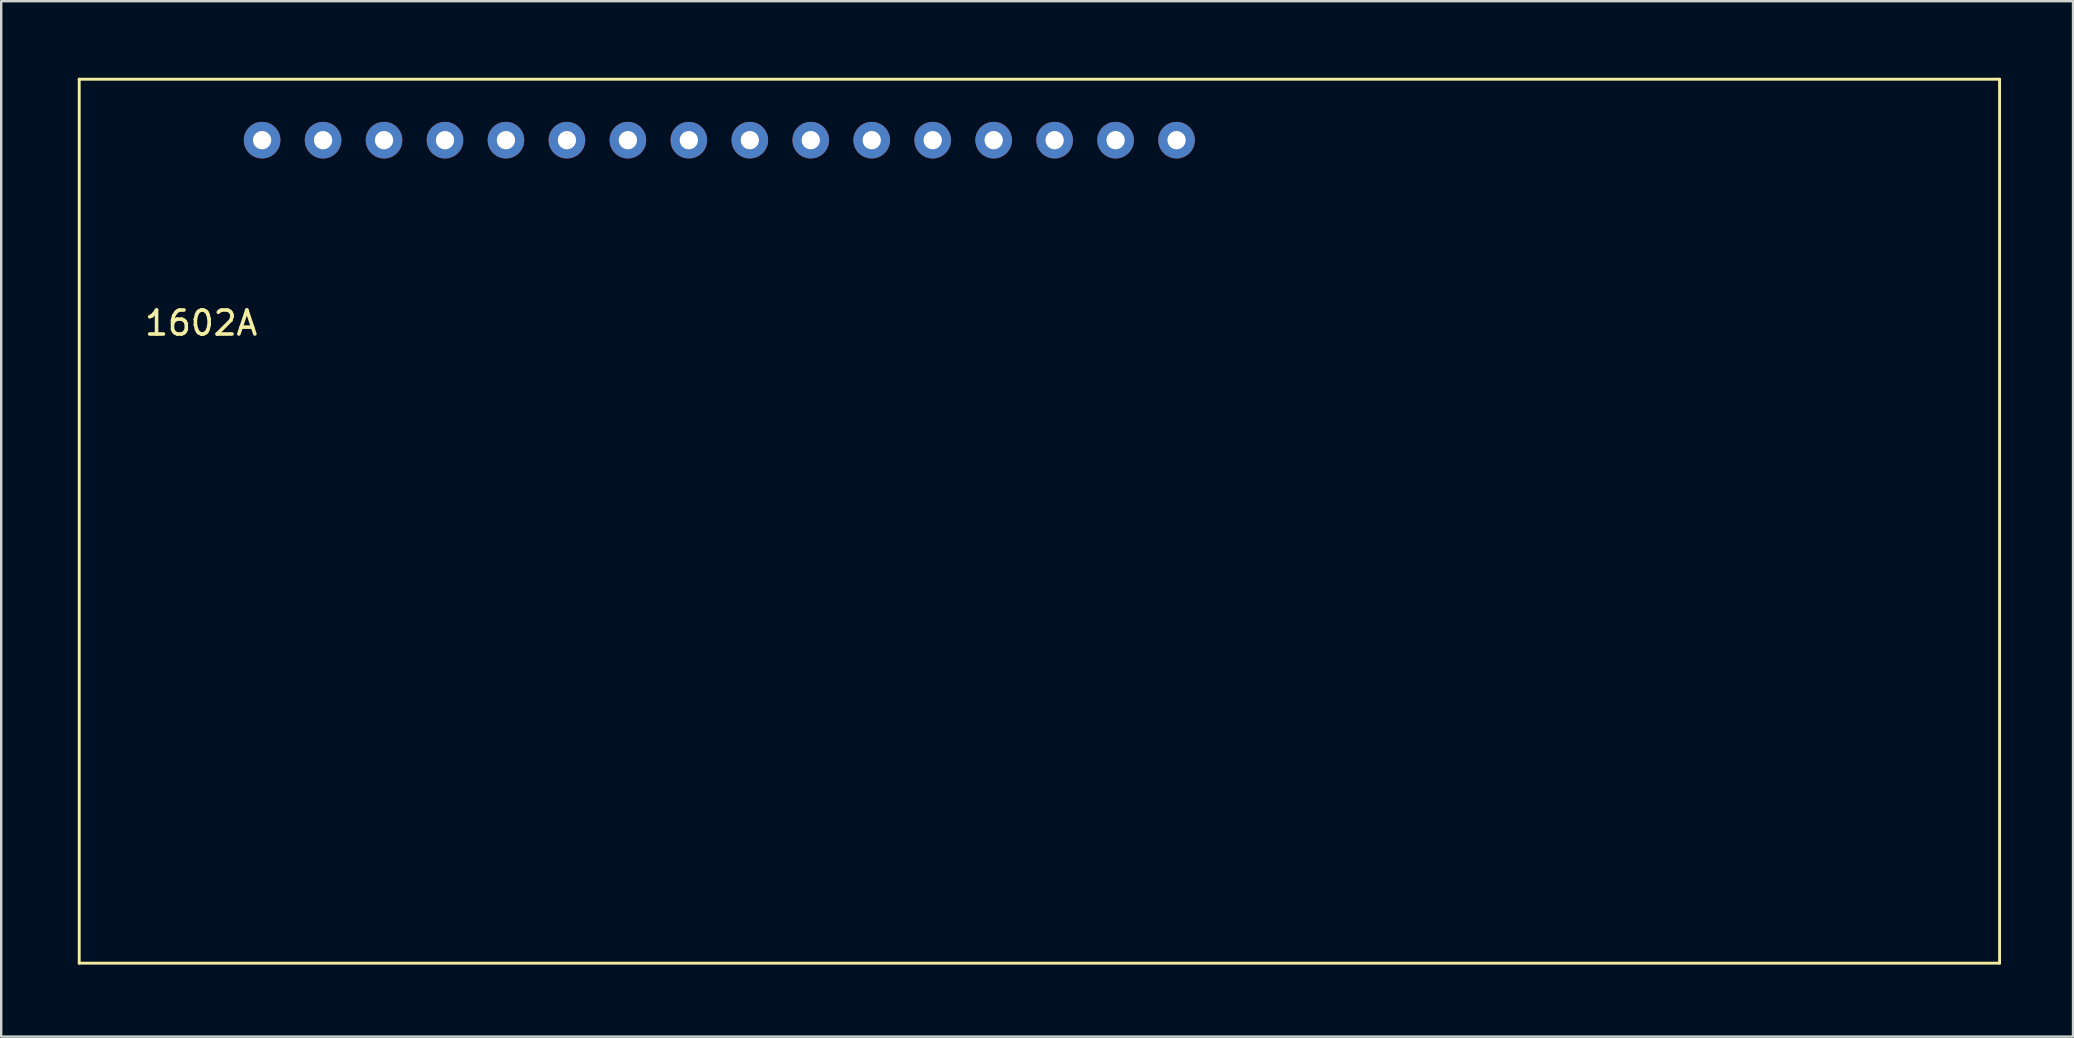
<source format=kicad_pcb>
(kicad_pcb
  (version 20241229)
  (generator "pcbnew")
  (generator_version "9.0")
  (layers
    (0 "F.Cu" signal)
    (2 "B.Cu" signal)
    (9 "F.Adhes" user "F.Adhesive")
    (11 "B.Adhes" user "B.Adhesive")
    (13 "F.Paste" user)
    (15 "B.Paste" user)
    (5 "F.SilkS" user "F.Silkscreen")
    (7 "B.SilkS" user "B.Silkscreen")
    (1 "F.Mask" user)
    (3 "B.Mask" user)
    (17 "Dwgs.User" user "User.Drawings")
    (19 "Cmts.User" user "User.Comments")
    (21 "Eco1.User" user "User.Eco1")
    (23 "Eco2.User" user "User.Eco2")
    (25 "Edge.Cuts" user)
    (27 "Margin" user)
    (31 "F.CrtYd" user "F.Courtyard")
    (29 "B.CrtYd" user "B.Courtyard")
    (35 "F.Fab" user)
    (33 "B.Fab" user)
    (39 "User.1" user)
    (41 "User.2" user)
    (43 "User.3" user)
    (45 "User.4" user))
  (footprint "1602A"
    (layer "F.Cu")
    (at 0.25 0.25)
    (property "Reference" "1602A" (at 5.08 10.16 0) (layer "F.SilkS") (effects (font (size 1 1) (thickness 0.15))))
    (attr through_hole)
    (fp_line (start 0 0) (end 80.01 0) (stroke (width 0.12) (type solid)) (layer "F.SilkS"))
    (fp_line (start 0 36.83) (end 0 0) (stroke (width 0.12) (type solid)) (layer "F.SilkS"))
    (fp_line (start 80.01 0) (end 80.01 36.83) (stroke (width 0.12) (type solid)) (layer "F.SilkS"))
    (fp_line (start 80.01 36.83) (end 0 36.83) (stroke (width 0.12) (type solid)) (layer "F.SilkS"))
    (pad "1" thru_hole circle (at 7.62 2.54) (size 1.524 1.524) (drill 0.762) (layers "*.Cu" "*.Mask"))
    (pad "2" thru_hole circle (at 10.16 2.54) (size 1.524 1.524) (drill 0.762) (layers "*.Cu" "*.Mask"))
    (pad "3" thru_hole circle (at 12.7 2.54) (size 1.524 1.524) (drill 0.762) (layers "*.Cu" "*.Mask"))
    (pad "4" thru_hole circle (at 15.24 2.54) (size 1.524 1.524) (drill 0.762) (layers "*.Cu" "*.Mask"))
    (pad "5" thru_hole circle (at 17.78 2.54) (size 1.524 1.524) (drill 0.762) (layers "*.Cu" "*.Mask"))
    (pad "6" thru_hole circle (at 20.32 2.54) (size 1.524 1.524) (drill 0.762) (layers "*.Cu" "*.Mask"))
    (pad "7" thru_hole circle (at 22.86 2.54) (size 1.524 1.524) (drill 0.762) (layers "*.Cu" "*.Mask"))
    (pad "8" thru_hole circle (at 25.4 2.54) (size 1.524 1.524) (drill 0.762) (layers "*.Cu" "*.Mask"))
    (pad "9" thru_hole circle (at 27.94 2.54) (size 1.524 1.524) (drill 0.762) (layers "*.Cu" "*.Mask"))
    (pad "10" thru_hole circle (at 30.48 2.54) (size 1.524 1.524) (drill 0.762) (layers "*.Cu" "*.Mask"))
    (pad "11" thru_hole circle (at 33.02 2.54) (size 1.524 1.524) (drill 0.762) (layers "*.Cu" "*.Mask"))
    (pad "12" thru_hole circle (at 35.56 2.54) (size 1.524 1.524) (drill 0.762) (layers "*.Cu" "*.Mask"))
    (pad "13" thru_hole circle (at 38.1 2.54) (size 1.524 1.524) (drill 0.762) (layers "*.Cu" "*.Mask"))
    (pad "14" thru_hole circle (at 40.64 2.54) (size 1.524 1.524) (drill 0.762) (layers "*.Cu" "*.Mask"))
    (pad "15" thru_hole circle (at 43.18 2.54) (size 1.524 1.524) (drill 0.762) (layers "*.Cu" "*.Mask"))
    (pad "16" thru_hole circle (at 45.72 2.54) (size 1.524 1.524) (drill 0.762) (layers "*.Cu" "*.Mask")))
  (gr_rect
    (start -3 -3)
    (end 83.32 40.14)
    (stroke (width 0.1) (type default))
    (fill no)
    (layer "Edge.Cuts")))
</source>
